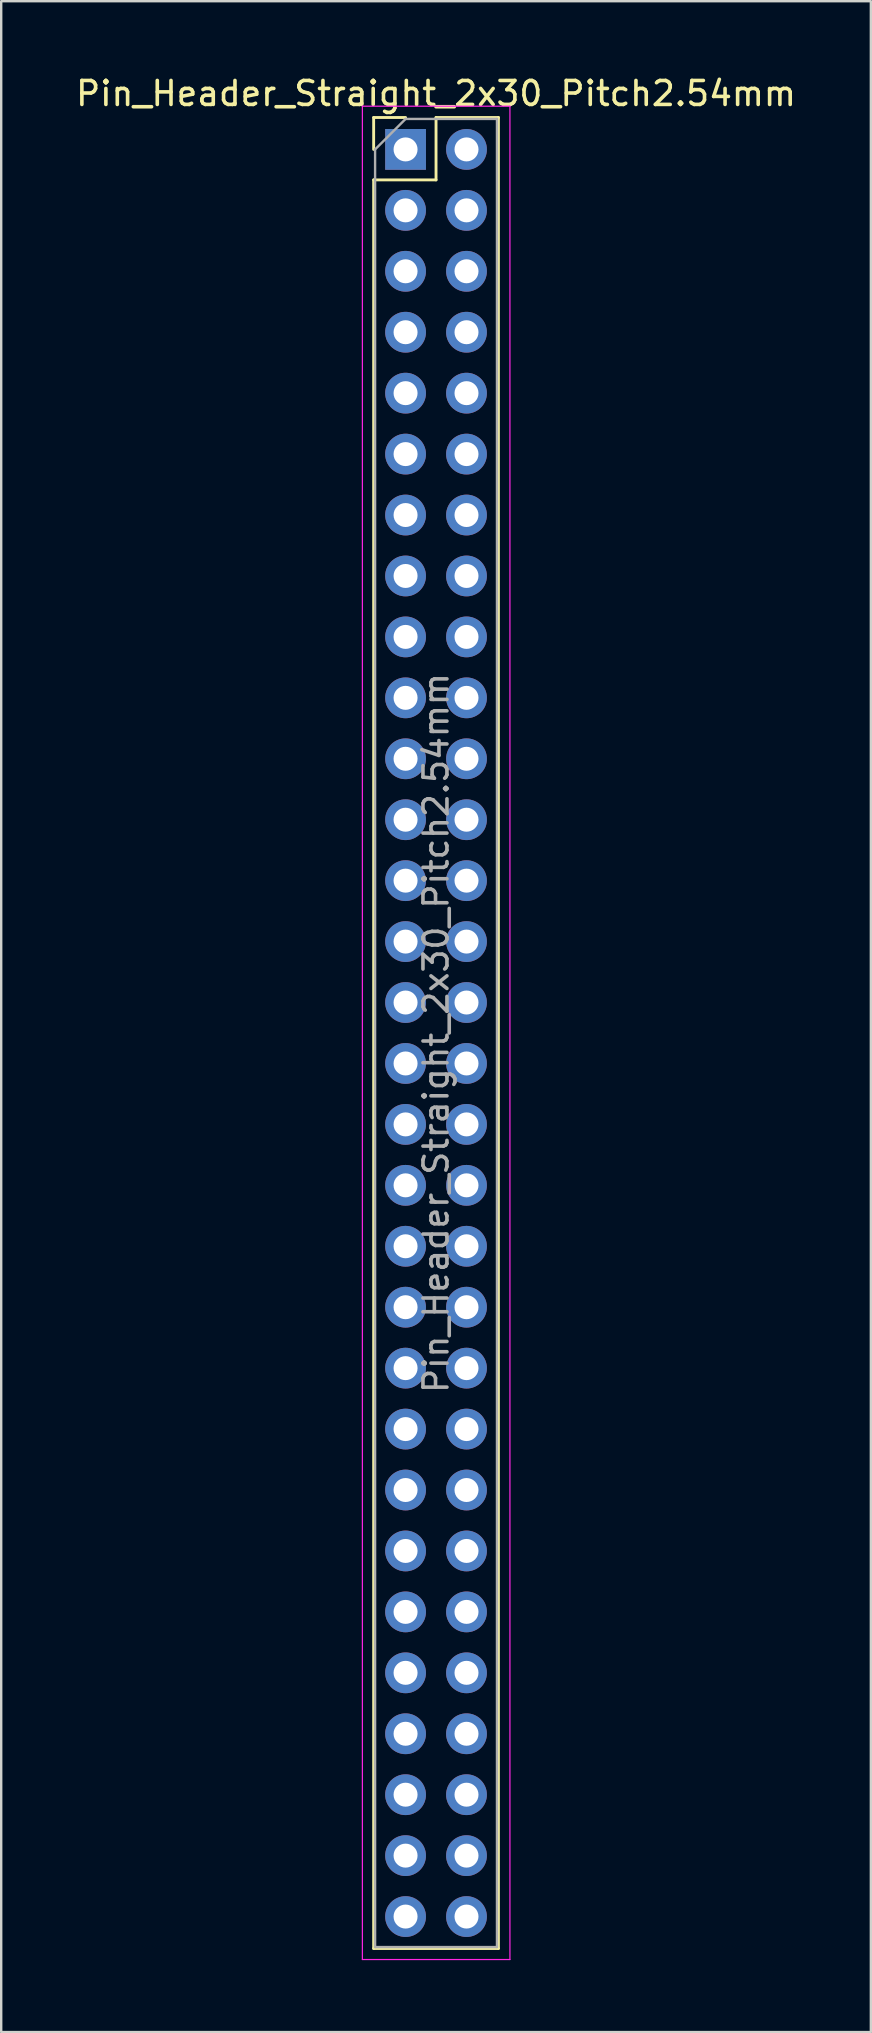
<source format=kicad_pcb>
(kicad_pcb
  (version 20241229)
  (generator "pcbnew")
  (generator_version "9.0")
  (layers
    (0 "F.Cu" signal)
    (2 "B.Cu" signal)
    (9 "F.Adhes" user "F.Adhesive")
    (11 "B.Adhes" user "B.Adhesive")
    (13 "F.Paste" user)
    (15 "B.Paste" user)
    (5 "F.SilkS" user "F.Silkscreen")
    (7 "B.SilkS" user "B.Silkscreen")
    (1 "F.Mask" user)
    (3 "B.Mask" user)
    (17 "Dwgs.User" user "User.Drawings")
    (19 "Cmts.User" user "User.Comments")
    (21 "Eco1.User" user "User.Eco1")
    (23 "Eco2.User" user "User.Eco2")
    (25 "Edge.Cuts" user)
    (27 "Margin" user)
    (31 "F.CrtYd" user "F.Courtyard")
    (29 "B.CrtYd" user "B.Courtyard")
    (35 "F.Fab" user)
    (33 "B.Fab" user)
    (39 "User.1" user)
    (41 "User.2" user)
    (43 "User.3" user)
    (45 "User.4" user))
  (footprint "Pin_Header_Straight_2x30_Pitch2.54mm"
    (layer "F.Cu")
    (at 13.855 3.178)
    (property "Reference" "Pin_Header_Straight_2x30_Pitch2.54mm" (at 1.27 -2.33 0) (layer "F.SilkS") (effects (font (size 1 1) (thickness 0.15))))
    (attr through_hole)
    (fp_line (start -1.33 -1.33) (end 0 -1.33) (stroke (width 0.12) (type solid)) (layer "F.SilkS"))
    (fp_line (start -1.33 0) (end -1.33 -1.33) (stroke (width 0.12) (type solid)) (layer "F.SilkS"))
    (fp_line (start -1.33 1.27) (end -1.33 74.99) (stroke (width 0.12) (type solid)) (layer "F.SilkS"))
    (fp_line (start -1.33 1.27) (end 1.27 1.27) (stroke (width 0.12) (type solid)) (layer "F.SilkS"))
    (fp_line (start -1.33 74.99) (end 3.87 74.99) (stroke (width 0.12) (type solid)) (layer "F.SilkS"))
    (fp_line (start 1.27 -1.33) (end 3.87 -1.33) (stroke (width 0.12) (type solid)) (layer "F.SilkS"))
    (fp_line (start 1.27 1.27) (end 1.27 -1.33) (stroke (width 0.12) (type solid)) (layer "F.SilkS"))
    (fp_line (start 3.87 -1.33) (end 3.87 74.99) (stroke (width 0.12) (type solid)) (layer "F.SilkS"))
    (fp_line (start -1.8 -1.8) (end -1.8 75.45) (stroke (width 0.05) (type solid)) (layer "F.CrtYd"))
    (fp_line (start -1.8 75.45) (end 4.35 75.45) (stroke (width 0.05) (type solid)) (layer "F.CrtYd"))
    (fp_line (start 4.35 -1.8) (end -1.8 -1.8) (stroke (width 0.05) (type solid)) (layer "F.CrtYd"))
    (fp_line (start 4.35 75.45) (end 4.35 -1.8) (stroke (width 0.05) (type solid)) (layer "F.CrtYd"))
    (fp_line (start -1.27 0) (end 0 -1.27) (stroke (width 0.1) (type solid)) (layer "F.Fab"))
    (fp_line (start -1.27 74.93) (end -1.27 0) (stroke (width 0.1) (type solid)) (layer "F.Fab"))
    (fp_line (start 0 -1.27) (end 3.81 -1.27) (stroke (width 0.1) (type solid)) (layer "F.Fab"))
    (fp_line (start 3.81 -1.27) (end 3.81 74.93) (stroke (width 0.1) (type solid)) (layer "F.Fab"))
    (fp_line (start 3.81 74.93) (end -1.27 74.93) (stroke (width 0.1) (type solid)) (layer "F.Fab"))
    (fp_text user "${REFERENCE}" (at 1.27 36.83 90) (layer "F.Fab") (effects (font (size 1 1) (thickness 0.15))))
    (pad "1" thru_hole rect (at 0 0) (size 1.7 1.7) (drill 1) (layers "*.Cu" "*.Mask"))
    (pad "2" thru_hole oval (at 2.54 0) (size 1.7 1.7) (drill 1) (layers "*.Cu" "*.Mask"))
    (pad "3" thru_hole oval (at 0 2.54) (size 1.7 1.7) (drill 1) (layers "*.Cu" "*.Mask"))
    (pad "4" thru_hole oval (at 2.54 2.54) (size 1.7 1.7) (drill 1) (layers "*.Cu" "*.Mask"))
    (pad "5" thru_hole oval (at 0 5.08) (size 1.7 1.7) (drill 1) (layers "*.Cu" "*.Mask"))
    (pad "6" thru_hole oval (at 2.54 5.08) (size 1.7 1.7) (drill 1) (layers "*.Cu" "*.Mask"))
    (pad "7" thru_hole oval (at 0 7.62) (size 1.7 1.7) (drill 1) (layers "*.Cu" "*.Mask"))
    (pad "8" thru_hole oval (at 2.54 7.62) (size 1.7 1.7) (drill 1) (layers "*.Cu" "*.Mask"))
    (pad "9" thru_hole oval (at 0 10.16) (size 1.7 1.7) (drill 1) (layers "*.Cu" "*.Mask"))
    (pad "10" thru_hole oval (at 2.54 10.16) (size 1.7 1.7) (drill 1) (layers "*.Cu" "*.Mask"))
    (pad "11" thru_hole oval (at 0 12.7) (size 1.7 1.7) (drill 1) (layers "*.Cu" "*.Mask"))
    (pad "12" thru_hole oval (at 2.54 12.7) (size 1.7 1.7) (drill 1) (layers "*.Cu" "*.Mask"))
    (pad "13" thru_hole oval (at 0 15.24) (size 1.7 1.7) (drill 1) (layers "*.Cu" "*.Mask"))
    (pad "14" thru_hole oval (at 2.54 15.24) (size 1.7 1.7) (drill 1) (layers "*.Cu" "*.Mask"))
    (pad "15" thru_hole oval (at 0 17.78) (size 1.7 1.7) (drill 1) (layers "*.Cu" "*.Mask"))
    (pad "16" thru_hole oval (at 2.54 17.78) (size 1.7 1.7) (drill 1) (layers "*.Cu" "*.Mask"))
    (pad "17" thru_hole oval (at 0 20.32) (size 1.7 1.7) (drill 1) (layers "*.Cu" "*.Mask"))
    (pad "18" thru_hole oval (at 2.54 20.32) (size 1.7 1.7) (drill 1) (layers "*.Cu" "*.Mask"))
    (pad "19" thru_hole oval (at 0 22.86) (size 1.7 1.7) (drill 1) (layers "*.Cu" "*.Mask"))
    (pad "20" thru_hole oval (at 2.54 22.86) (size 1.7 1.7) (drill 1) (layers "*.Cu" "*.Mask"))
    (pad "21" thru_hole oval (at 0 25.4) (size 1.7 1.7) (drill 1) (layers "*.Cu" "*.Mask"))
    (pad "22" thru_hole oval (at 2.54 25.4) (size 1.7 1.7) (drill 1) (layers "*.Cu" "*.Mask"))
    (pad "23" thru_hole oval (at 0 27.94) (size 1.7 1.7) (drill 1) (layers "*.Cu" "*.Mask"))
    (pad "24" thru_hole oval (at 2.54 27.94) (size 1.7 1.7) (drill 1) (layers "*.Cu" "*.Mask"))
    (pad "25" thru_hole oval (at 0 30.48) (size 1.7 1.7) (drill 1) (layers "*.Cu" "*.Mask"))
    (pad "26" thru_hole oval (at 2.54 30.48) (size 1.7 1.7) (drill 1) (layers "*.Cu" "*.Mask"))
    (pad "27" thru_hole oval (at 0 33.02) (size 1.7 1.7) (drill 1) (layers "*.Cu" "*.Mask"))
    (pad "28" thru_hole oval (at 2.54 33.02) (size 1.7 1.7) (drill 1) (layers "*.Cu" "*.Mask"))
    (pad "29" thru_hole oval (at 0 35.56) (size 1.7 1.7) (drill 1) (layers "*.Cu" "*.Mask"))
    (pad "30" thru_hole oval (at 2.54 35.56) (size 1.7 1.7) (drill 1) (layers "*.Cu" "*.Mask"))
    (pad "31" thru_hole oval (at 0 38.1) (size 1.7 1.7) (drill 1) (layers "*.Cu" "*.Mask"))
    (pad "32" thru_hole oval (at 2.54 38.1) (size 1.7 1.7) (drill 1) (layers "*.Cu" "*.Mask"))
    (pad "33" thru_hole oval (at 0 40.64) (size 1.7 1.7) (drill 1) (layers "*.Cu" "*.Mask"))
    (pad "34" thru_hole oval (at 2.54 40.64) (size 1.7 1.7) (drill 1) (layers "*.Cu" "*.Mask"))
    (pad "35" thru_hole oval (at 0 43.18) (size 1.7 1.7) (drill 1) (layers "*.Cu" "*.Mask"))
    (pad "36" thru_hole oval (at 2.54 43.18) (size 1.7 1.7) (drill 1) (layers "*.Cu" "*.Mask"))
    (pad "37" thru_hole oval (at 0 45.72) (size 1.7 1.7) (drill 1) (layers "*.Cu" "*.Mask"))
    (pad "38" thru_hole oval (at 2.54 45.72) (size 1.7 1.7) (drill 1) (layers "*.Cu" "*.Mask"))
    (pad "39" thru_hole oval (at 0 48.26) (size 1.7 1.7) (drill 1) (layers "*.Cu" "*.Mask"))
    (pad "40" thru_hole oval (at 2.54 48.26) (size 1.7 1.7) (drill 1) (layers "*.Cu" "*.Mask"))
    (pad "41" thru_hole oval (at 0 50.8) (size 1.7 1.7) (drill 1) (layers "*.Cu" "*.Mask"))
    (pad "42" thru_hole oval (at 2.54 50.8) (size 1.7 1.7) (drill 1) (layers "*.Cu" "*.Mask"))
    (pad "43" thru_hole oval (at 0 53.34) (size 1.7 1.7) (drill 1) (layers "*.Cu" "*.Mask"))
    (pad "44" thru_hole oval (at 2.54 53.34) (size 1.7 1.7) (drill 1) (layers "*.Cu" "*.Mask"))
    (pad "45" thru_hole oval (at 0 55.88) (size 1.7 1.7) (drill 1) (layers "*.Cu" "*.Mask"))
    (pad "46" thru_hole oval (at 2.54 55.88) (size 1.7 1.7) (drill 1) (layers "*.Cu" "*.Mask"))
    (pad "47" thru_hole oval (at 0 58.42) (size 1.7 1.7) (drill 1) (layers "*.Cu" "*.Mask"))
    (pad "48" thru_hole oval (at 2.54 58.42) (size 1.7 1.7) (drill 1) (layers "*.Cu" "*.Mask"))
    (pad "49" thru_hole oval (at 0 60.96) (size 1.7 1.7) (drill 1) (layers "*.Cu" "*.Mask"))
    (pad "50" thru_hole oval (at 2.54 60.96) (size 1.7 1.7) (drill 1) (layers "*.Cu" "*.Mask"))
    (pad "51" thru_hole oval (at 0 63.5) (size 1.7 1.7) (drill 1) (layers "*.Cu" "*.Mask"))
    (pad "52" thru_hole oval (at 2.54 63.5) (size 1.7 1.7) (drill 1) (layers "*.Cu" "*.Mask"))
    (pad "53" thru_hole oval (at 0 66.04) (size 1.7 1.7) (drill 1) (layers "*.Cu" "*.Mask"))
    (pad "54" thru_hole oval (at 2.54 66.04) (size 1.7 1.7) (drill 1) (layers "*.Cu" "*.Mask"))
    (pad "55" thru_hole oval (at 0 68.58) (size 1.7 1.7) (drill 1) (layers "*.Cu" "*.Mask"))
    (pad "56" thru_hole oval (at 2.54 68.58) (size 1.7 1.7) (drill 1) (layers "*.Cu" "*.Mask"))
    (pad "57" thru_hole oval (at 0 71.12) (size 1.7 1.7) (drill 1) (layers "*.Cu" "*.Mask"))
    (pad "58" thru_hole oval (at 2.54 71.12) (size 1.7 1.7) (drill 1) (layers "*.Cu" "*.Mask"))
    (pad "59" thru_hole oval (at 0 73.66) (size 1.7 1.7) (drill 1) (layers "*.Cu" "*.Mask"))
    (pad "60" thru_hole oval (at 2.54 73.66) (size 1.7 1.7) (drill 1) (layers "*.Cu" "*.Mask")))
  (gr_rect
    (start -3 -3)
    (end 33.25 81.653)
    (stroke (width 0.1) (type default))
    (fill no)
    (layer "Edge.Cuts")))
</source>
